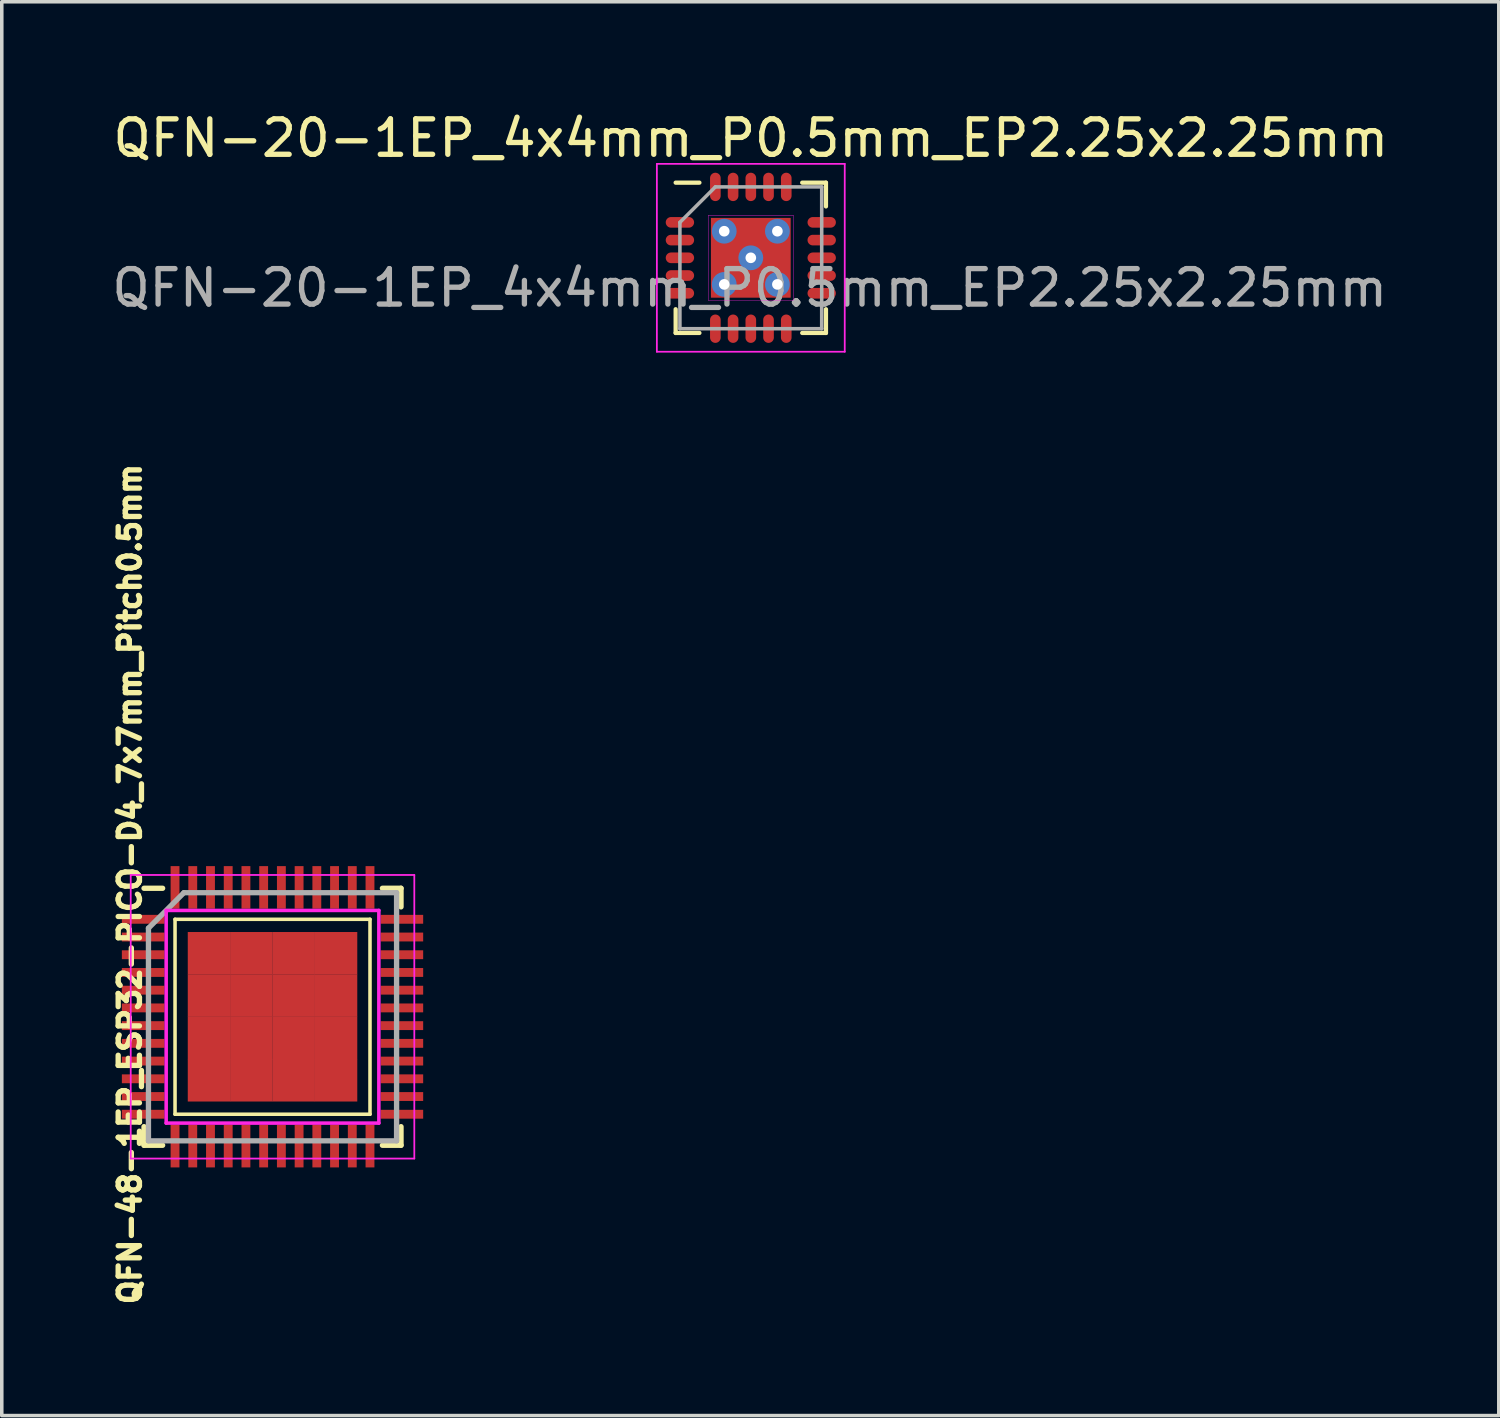
<source format=kicad_pcb>
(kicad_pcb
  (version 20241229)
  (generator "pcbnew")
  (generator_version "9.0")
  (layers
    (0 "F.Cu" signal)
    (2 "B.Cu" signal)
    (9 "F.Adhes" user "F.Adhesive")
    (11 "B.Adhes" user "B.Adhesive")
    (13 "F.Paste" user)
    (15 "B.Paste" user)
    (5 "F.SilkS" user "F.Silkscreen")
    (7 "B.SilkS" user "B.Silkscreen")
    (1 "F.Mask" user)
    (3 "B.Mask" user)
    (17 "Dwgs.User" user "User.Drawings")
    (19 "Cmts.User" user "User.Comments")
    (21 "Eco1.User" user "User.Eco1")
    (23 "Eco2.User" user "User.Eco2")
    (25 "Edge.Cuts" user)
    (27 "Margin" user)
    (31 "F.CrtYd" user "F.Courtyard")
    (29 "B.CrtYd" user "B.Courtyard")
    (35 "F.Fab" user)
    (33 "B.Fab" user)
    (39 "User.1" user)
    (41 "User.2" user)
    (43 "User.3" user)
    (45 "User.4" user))
  (footprint "QFN-48-1EP_ESP32-PICO-D4_7x7mm_Pitch0.5mm"
    (layer "F.Cu")
    (at 4.638 25.634)
    (property "Reference" "QFN-48-1EP_ESP32-PICO-D4_7x7mm_Pitch0.5mm" (at -4.024 -3.743 90) (layer "F.SilkS") (effects (font (size 0.6 0.6) (thickness 0.15))))
    (attr smd)
    (fp_line (start -3.625 -3.625) (end -3.1 -3.625) (stroke (width 0.15) (type solid)) (layer "F.SilkS"))
    (fp_line (start -3.625 3.625) (end -3.625 3.1) (stroke (width 0.15) (type solid)) (layer "F.SilkS"))
    (fp_line (start -3.625 3.625) (end -3.1 3.625) (stroke (width 0.15) (type solid)) (layer "F.SilkS"))
    (fp_line (start -2.75 -2.75) (end 2.75 -2.75) (stroke (width 0.1) (type solid)) (layer "F.SilkS"))
    (fp_line (start -2.75 2.75) (end -2.75 -2.75) (stroke (width 0.1) (type solid)) (layer "F.SilkS"))
    (fp_line (start -2.75 2.75) (end 2.75 2.75) (stroke (width 0.1) (type solid)) (layer "F.SilkS"))
    (fp_line (start 2.75 2.75) (end 2.75 -2.75) (stroke (width 0.1) (type solid)) (layer "F.SilkS"))
    (fp_line (start 3.625 -3.625) (end 3.1 -3.625) (stroke (width 0.15) (type solid)) (layer "F.SilkS"))
    (fp_line (start 3.625 -3.625) (end 3.625 -3.1) (stroke (width 0.15) (type solid)) (layer "F.SilkS"))
    (fp_line (start 3.625 3.625) (end 3.1 3.625) (stroke (width 0.15) (type solid)) (layer "F.SilkS"))
    (fp_line (start 3.625 3.625) (end 3.625 3.1) (stroke (width 0.15) (type solid)) (layer "F.SilkS"))
    (fp_line (start -4 -4) (end -4 4) (stroke (width 0.05) (type solid)) (layer "F.CrtYd"))
    (fp_line (start -4 -4) (end 4 -4) (stroke (width 0.05) (type solid)) (layer "F.CrtYd"))
    (fp_line (start -4 4) (end 4 4) (stroke (width 0.05) (type solid)) (layer "F.CrtYd"))
    (fp_line (start -3 -3) (end 3 -3) (stroke (width 0.1) (type solid)) (layer "F.CrtYd"))
    (fp_line (start -3 3) (end -3 -3) (stroke (width 0.1) (type solid)) (layer "F.CrtYd"))
    (fp_line (start 3 -3) (end 3 3) (stroke (width 0.1) (type solid)) (layer "F.CrtYd"))
    (fp_line (start 3 3) (end -3 3) (stroke (width 0.1) (type solid)) (layer "F.CrtYd"))
    (fp_line (start 4 -4) (end 4 4) (stroke (width 0.05) (type solid)) (layer "F.CrtYd"))
    (fp_line (start -3.5 -2.5) (end -2.5 -3.5) (stroke (width 0.15) (type solid)) (layer "F.Fab"))
    (fp_line (start -3.5 3.5) (end -3.5 -2.5) (stroke (width 0.15) (type solid)) (layer "F.Fab"))
    (fp_line (start -2.5 -3.5) (end 3.5 -3.5) (stroke (width 0.15) (type solid)) (layer "F.Fab"))
    (fp_line (start 3.5 -3.5) (end 3.5 3.5) (stroke (width 0.15) (type solid)) (layer "F.Fab"))
    (fp_line (start 3.5 3.5) (end -3.5 3.5) (stroke (width 0.15) (type solid)) (layer "F.Fab"))
    (pad "1" smd rect (at -3.65 -2.75) (size 1.2 0.25) (layers "F.Cu" "F.Mask" "F.Paste"))
    (pad "2" smd rect (at -3.65 -2.25) (size 1.2 0.25) (layers "F.Cu" "F.Mask" "F.Paste"))
    (pad "3" smd rect (at -3.65 -1.75) (size 1.2 0.25) (layers "F.Cu" "F.Mask" "F.Paste"))
    (pad "4" smd rect (at -3.65 -1.25) (size 1.2 0.25) (layers "F.Cu" "F.Mask" "F.Paste"))
    (pad "5" smd rect (at -3.65 -0.75) (size 1.2 0.25) (layers "F.Cu" "F.Mask" "F.Paste"))
    (pad "6" smd rect (at -3.65 -0.25) (size 1.2 0.25) (layers "F.Cu" "F.Mask" "F.Paste"))
    (pad "7" smd rect (at -3.65 0.25) (size 1.2 0.25) (layers "F.Cu" "F.Mask" "F.Paste"))
    (pad "8" smd rect (at -3.65 0.75) (size 1.2 0.25) (layers "F.Cu" "F.Mask" "F.Paste"))
    (pad "9" smd rect (at -3.65 1.25) (size 1.2 0.25) (layers "F.Cu" "F.Mask" "F.Paste"))
    (pad "10" smd rect (at -3.65 1.75) (size 1.2 0.25) (layers "F.Cu" "F.Mask" "F.Paste"))
    (pad "11" smd rect (at -3.65 2.25) (size 1.2 0.25) (layers "F.Cu" "F.Mask" "F.Paste"))
    (pad "12" smd rect (at -3.65 2.75) (size 1.2 0.25) (layers "F.Cu" "F.Mask" "F.Paste"))
    (pad "13" smd rect (at -2.75 3.65 90) (size 1.2 0.25) (layers "F.Cu" "F.Mask" "F.Paste"))
    (pad "14" smd rect (at -2.25 3.65 90) (size 1.2 0.25) (layers "F.Cu" "F.Mask" "F.Paste"))
    (pad "15" smd rect (at -1.75 3.65 90) (size 1.2 0.25) (layers "F.Cu" "F.Mask" "F.Paste"))
    (pad "16" smd rect (at -1.25 3.65 90) (size 1.2 0.25) (layers "F.Cu" "F.Mask" "F.Paste"))
    (pad "17" smd rect (at -0.75 3.65 90) (size 1.2 0.25) (layers "F.Cu" "F.Mask" "F.Paste"))
    (pad "18" smd rect (at -0.25 3.65 90) (size 1.2 0.25) (layers "F.Cu" "F.Mask" "F.Paste"))
    (pad "19" smd rect (at 0.25 3.65 90) (size 1.2 0.25) (layers "F.Cu" "F.Mask" "F.Paste"))
    (pad "20" smd rect (at 0.75 3.65 90) (size 1.2 0.25) (layers "F.Cu" "F.Mask" "F.Paste"))
    (pad "21" smd rect (at 1.25 3.65 90) (size 1.2 0.25) (layers "F.Cu" "F.Mask" "F.Paste"))
    (pad "22" smd rect (at 1.75 3.65 90) (size 1.2 0.25) (layers "F.Cu" "F.Mask" "F.Paste"))
    (pad "23" smd rect (at 2.25 3.65 90) (size 1.2 0.25) (layers "F.Cu" "F.Mask" "F.Paste"))
    (pad "24" smd rect (at 2.75 3.65 90) (size 1.2 0.25) (layers "F.Cu" "F.Mask" "F.Paste"))
    (pad "25" smd rect (at 3.65 2.75) (size 1.2 0.25) (layers "F.Cu" "F.Mask" "F.Paste"))
    (pad "26" smd rect (at 3.65 2.25) (size 1.2 0.25) (layers "F.Cu" "F.Mask" "F.Paste"))
    (pad "27" smd rect (at 3.65 1.75) (size 1.2 0.25) (layers "F.Cu" "F.Mask" "F.Paste"))
    (pad "28" smd rect (at 3.65 1.25) (size 1.2 0.25) (layers "F.Cu" "F.Mask" "F.Paste"))
    (pad "29" smd rect (at 3.65 0.75) (size 1.2 0.25) (layers "F.Cu" "F.Mask" "F.Paste"))
    (pad "30" smd rect (at 3.65 0.25) (size 1.2 0.25) (layers "F.Cu" "F.Mask" "F.Paste"))
    (pad "31" smd rect (at 3.65 -0.25) (size 1.2 0.25) (layers "F.Cu" "F.Mask" "F.Paste"))
    (pad "32" smd rect (at 3.65 -0.75) (size 1.2 0.25) (layers "F.Cu" "F.Mask" "F.Paste"))
    (pad "33" smd rect (at 3.65 -1.25) (size 1.2 0.25) (layers "F.Cu" "F.Mask" "F.Paste"))
    (pad "34" smd rect (at 3.65 -1.75) (size 1.2 0.25) (layers "F.Cu" "F.Mask" "F.Paste"))
    (pad "35" smd rect (at 3.65 -2.25) (size 1.2 0.25) (layers "F.Cu" "F.Mask" "F.Paste"))
    (pad "36" smd rect (at 3.65 -2.75) (size 1.2 0.25) (layers "F.Cu" "F.Mask" "F.Paste"))
    (pad "37" smd rect (at 2.75 -3.65 90) (size 1.2 0.25) (layers "F.Cu" "F.Mask" "F.Paste"))
    (pad "38" smd rect (at 2.25 -3.65 90) (size 1.2 0.25) (layers "F.Cu" "F.Mask" "F.Paste"))
    (pad "39" smd rect (at 1.75 -3.65 90) (size 1.2 0.25) (layers "F.Cu" "F.Mask" "F.Paste"))
    (pad "40" smd rect (at 1.25 -3.65 90) (size 1.2 0.25) (layers "F.Cu" "F.Mask" "F.Paste"))
    (pad "41" smd rect (at 0.75 -3.65 90) (size 1.2 0.25) (layers "F.Cu" "F.Mask" "F.Paste"))
    (pad "42" smd rect (at 0.25 -3.65 90) (size 1.2 0.25) (layers "F.Cu" "F.Mask" "F.Paste"))
    (pad "43" smd rect (at -0.25 -3.65 90) (size 1.2 0.25) (layers "F.Cu" "F.Mask" "F.Paste"))
    (pad "44" smd rect (at -0.75 -3.65 90) (size 1.2 0.25) (layers "F.Cu" "F.Mask" "F.Paste"))
    (pad "45" smd rect (at -1.25 -3.65 90) (size 1.2 0.25) (layers "F.Cu" "F.Mask" "F.Paste"))
    (pad "46" smd rect (at -1.75 -3.65 90) (size 1.2 0.25) (layers "F.Cu" "F.Mask" "F.Paste"))
    (pad "47" smd rect (at -2.25 -3.65 90) (size 1.2 0.25) (layers "F.Cu" "F.Mask" "F.Paste"))
    (pad "48" smd rect (at -2.75 -3.65 90) (size 1.2 0.25) (layers "F.Cu" "F.Mask" "F.Paste"))
    (pad "49" smd rect (at -1.791 -1.791) (size 1.2 1.2) (layers "F.Cu" "F.Mask" "F.Paste"))
    (pad "49" smd rect (at -1.791 -0.597) (size 1.2 1.2) (layers "F.Cu" "F.Mask" "F.Paste"))
    (pad "49" smd rect (at -1.791 0.597) (size 1.2 1.2) (layers "F.Cu" "F.Mask" "F.Paste"))
    (pad "49" smd rect (at -1.791 1.791) (size 1.2 1.2) (layers "F.Cu" "F.Mask" "F.Paste"))
    (pad "49" smd rect (at -0.597 -1.791) (size 1.2 1.2) (layers "F.Cu" "F.Mask" "F.Paste"))
    (pad "49" smd rect (at -0.597 -0.597) (size 1.2 1.2) (layers "F.Cu" "F.Mask" "F.Paste"))
    (pad "49" smd rect (at -0.597 0.597) (size 1.2 1.2) (layers "F.Cu" "F.Mask" "F.Paste"))
    (pad "49" smd rect (at -0.597 1.791) (size 1.2 1.2) (layers "F.Cu" "F.Mask" "F.Paste"))
    (pad "49" smd rect (at 0.597 -1.791) (size 1.2 1.2) (layers "F.Cu" "F.Mask" "F.Paste"))
    (pad "49" smd rect (at 0.597 -0.597) (size 1.2 1.2) (layers "F.Cu" "F.Mask" "F.Paste"))
    (pad "49" smd rect (at 0.597 0.597) (size 1.2 1.2) (layers "F.Cu" "F.Mask" "F.Paste"))
    (pad "49" smd rect (at 0.597 1.791) (size 1.2 1.2) (layers "F.Cu" "F.Mask" "F.Paste"))
    (pad "49" smd rect (at 1.791 -1.791) (size 1.2 1.2) (layers "F.Cu" "F.Mask" "F.Paste"))
    (pad "49" smd rect (at 1.791 -0.597) (size 1.2 1.2) (layers "F.Cu" "F.Mask" "F.Paste"))
    (pad "49" smd rect (at 1.791 0.597) (size 1.2 1.2) (layers "F.Cu" "F.Mask" "F.Paste"))
    (pad "49" smd rect (at 1.791 1.791) (size 1.2 1.2) (layers "F.Cu" "F.Mask" "F.Paste")))
  (footprint "QFN-20-1EP_4x4mm_P0.5mm_EP2.25x2.25mm"
    (layer "F.Cu")
    (at 18.131 4.223)
    (property "Reference" "QFN-20-1EP_4x4mm_P0.5mm_EP2.25x2.25mm" (at 0 -3.375 0) (layer "F.SilkS") (effects (font (size 1 1) (thickness 0.15))))
    (attr smd)
    (fp_line (start -2.12 -2.12) (end -1.45 -2.12) (stroke (width 0.12) (type solid)) (layer "F.SilkS"))
    (fp_line (start -2.12 2.12) (end -2.12 1.45) (stroke (width 0.12) (type solid)) (layer "F.SilkS"))
    (fp_line (start -2.12 2.12) (end -1.45 2.12) (stroke (width 0.12) (type solid)) (layer "F.SilkS"))
    (fp_line (start 2.12 -2.12) (end 1.45 -2.12) (stroke (width 0.12) (type solid)) (layer "F.SilkS"))
    (fp_line (start 2.12 -2.12) (end 2.12 -1.45) (stroke (width 0.12) (type solid)) (layer "F.SilkS"))
    (fp_line (start 2.12 2.12) (end 1.45 2.12) (stroke (width 0.12) (type solid)) (layer "F.SilkS"))
    (fp_line (start 2.12 2.12) (end 2.12 1.45) (stroke (width 0.12) (type solid)) (layer "F.SilkS"))
    (fp_line (start -2.65 -2.65) (end -2.65 2.65) (stroke (width 0.05) (type solid)) (layer "F.CrtYd"))
    (fp_line (start -2.65 -2.65) (end 2.65 -2.65) (stroke (width 0.05) (type solid)) (layer "F.CrtYd"))
    (fp_line (start -2.65 2.65) (end 2.65 2.65) (stroke (width 0.05) (type solid)) (layer "F.CrtYd"))
    (fp_line (start -1.2 -1.2) (end 1.2 -1.2) (stroke (width 0.01) (type solid)) (layer "F.CrtYd"))
    (fp_line (start -1.2 1.2) (end -1.2 -1.2) (stroke (width 0.01) (type solid)) (layer "F.CrtYd"))
    (fp_line (start 1.2 -1.2) (end 1.2 1.2) (stroke (width 0.01) (type solid)) (layer "F.CrtYd"))
    (fp_line (start 1.2 1.2) (end -1.2 1.2) (stroke (width 0.01) (type solid)) (layer "F.CrtYd"))
    (fp_line (start 2.65 -2.65) (end 2.65 2.65) (stroke (width 0.05) (type solid)) (layer "F.CrtYd"))
    (fp_line (start -2 -1) (end -1 -2) (stroke (width 0.1) (type solid)) (layer "F.Fab"))
    (fp_line (start -2 2) (end -2 -1) (stroke (width 0.1) (type solid)) (layer "F.Fab"))
    (fp_line (start -1 -2) (end 2 -2) (stroke (width 0.1) (type solid)) (layer "F.Fab"))
    (fp_line (start 2 -2) (end 2 2) (stroke (width 0.1) (type solid)) (layer "F.Fab"))
    (fp_line (start 2 2) (end -2 2) (stroke (width 0.1) (type solid)) (layer "F.Fab"))
    (fp_text user "${REFERENCE}" (at -0.03 0.85 0) (layer "F.Fab") (effects (font (size 1 1) (thickness 0.15))))
    (pad "" smd rect (at -0.75 -0.01 90) (size 0.7 0.5) (layers "F.Paste"))
    (pad "" smd rect (at 0 -0.75) (size 0.7 0.5) (layers "F.Paste"))
    (pad "" smd rect (at 0 0.75 180) (size 0.7 0.5) (layers "F.Paste"))
    (pad "" smd rect (at 0.75 -0.01 90) (size 0.7 0.5) (layers "F.Paste"))
    (pad "1" smd oval (at -2 -1) (size 0.8 0.3) (layers "F.Cu" "F.Mask" "F.Paste"))
    (pad "2" smd oval (at -2 -0.5) (size 0.8 0.3) (layers "F.Cu" "F.Mask" "F.Paste"))
    (pad "3" smd oval (at -2 0) (size 0.8 0.3) (layers "F.Cu" "F.Mask" "F.Paste"))
    (pad "4" smd oval (at -2 0.5) (size 0.8 0.3) (layers "F.Cu" "F.Mask" "F.Paste"))
    (pad "5" smd oval (at -2 1) (size 0.8 0.3) (layers "F.Cu" "F.Mask" "F.Paste"))
    (pad "6" smd oval (at -1 2 90) (size 0.8 0.3) (layers "F.Cu" "F.Mask" "F.Paste"))
    (pad "7" smd oval (at -0.5 2 90) (size 0.8 0.3) (layers "F.Cu" "F.Mask" "F.Paste"))
    (pad "8" smd oval (at 0 2 90) (size 0.8 0.3) (layers "F.Cu" "F.Mask" "F.Paste"))
    (pad "9" smd oval (at 0.5 2 90) (size 0.8 0.3) (layers "F.Cu" "F.Mask" "F.Paste"))
    (pad "10" smd oval (at 1 2 90) (size 0.8 0.3) (layers "F.Cu" "F.Mask" "F.Paste"))
    (pad "11" smd oval (at 2 1) (size 0.8 0.3) (layers "F.Cu" "F.Mask" "F.Paste"))
    (pad "12" smd oval (at 2 0.5) (size 0.8 0.3) (layers "F.Cu" "F.Mask" "F.Paste"))
    (pad "13" smd oval (at 2 0) (size 0.8 0.3) (layers "F.Cu" "F.Mask" "F.Paste"))
    (pad "14" smd oval (at 2 -0.5) (size 0.8 0.3) (layers "F.Cu" "F.Mask" "F.Paste"))
    (pad "15" smd oval (at 2 -1) (size 0.8 0.3) (layers "F.Cu" "F.Mask" "F.Paste"))
    (pad "16" smd oval (at 1 -2 90) (size 0.8 0.3) (layers "F.Cu" "F.Mask" "F.Paste"))
    (pad "17" smd oval (at 0.5 -2 90) (size 0.8 0.3) (layers "F.Cu" "F.Mask" "F.Paste"))
    (pad "18" smd oval (at 0 -2 90) (size 0.8 0.3) (layers "F.Cu" "F.Mask" "F.Paste"))
    (pad "19" smd oval (at -0.5 -2 90) (size 0.8 0.3) (layers "F.Cu" "F.Mask" "F.Paste"))
    (pad "20" smd oval (at -1 -2 90) (size 0.8 0.3) (layers "F.Cu" "F.Mask" "F.Paste"))
    (pad "21" thru_hole circle (at -0.75 -0.75) (size 0.7 0.7) (drill 0.3) (layers "*.Cu" "F.Mask"))
    (pad "21" thru_hole circle (at -0.75 0.75) (size 0.7 0.7) (drill 0.3) (layers "*.Cu" "F.Mask"))
    (pad "21" thru_hole circle (at 0 0) (size 0.7 0.7) (drill 0.3) (layers "*.Cu" "F.Mask"))
    (pad "21" smd rect (at 0 0) (size 2.25 2.25) (layers "F.Cu" "F.Mask"))
    (pad "21" thru_hole circle (at 0.75 -0.75) (size 0.7 0.7) (drill 0.3) (layers "*.Cu" "F.Mask"))
    (pad "21" thru_hole circle (at 0.75 0.75) (size 0.7 0.7) (drill 0.3) (layers "*.Cu" "F.Mask")))
  (gr_rect
    (start -3 -3)
    (end 39.232 36.885)
    (stroke (width 0.1) (type default))
    (fill no)
    (layer "Edge.Cuts")))
</source>
